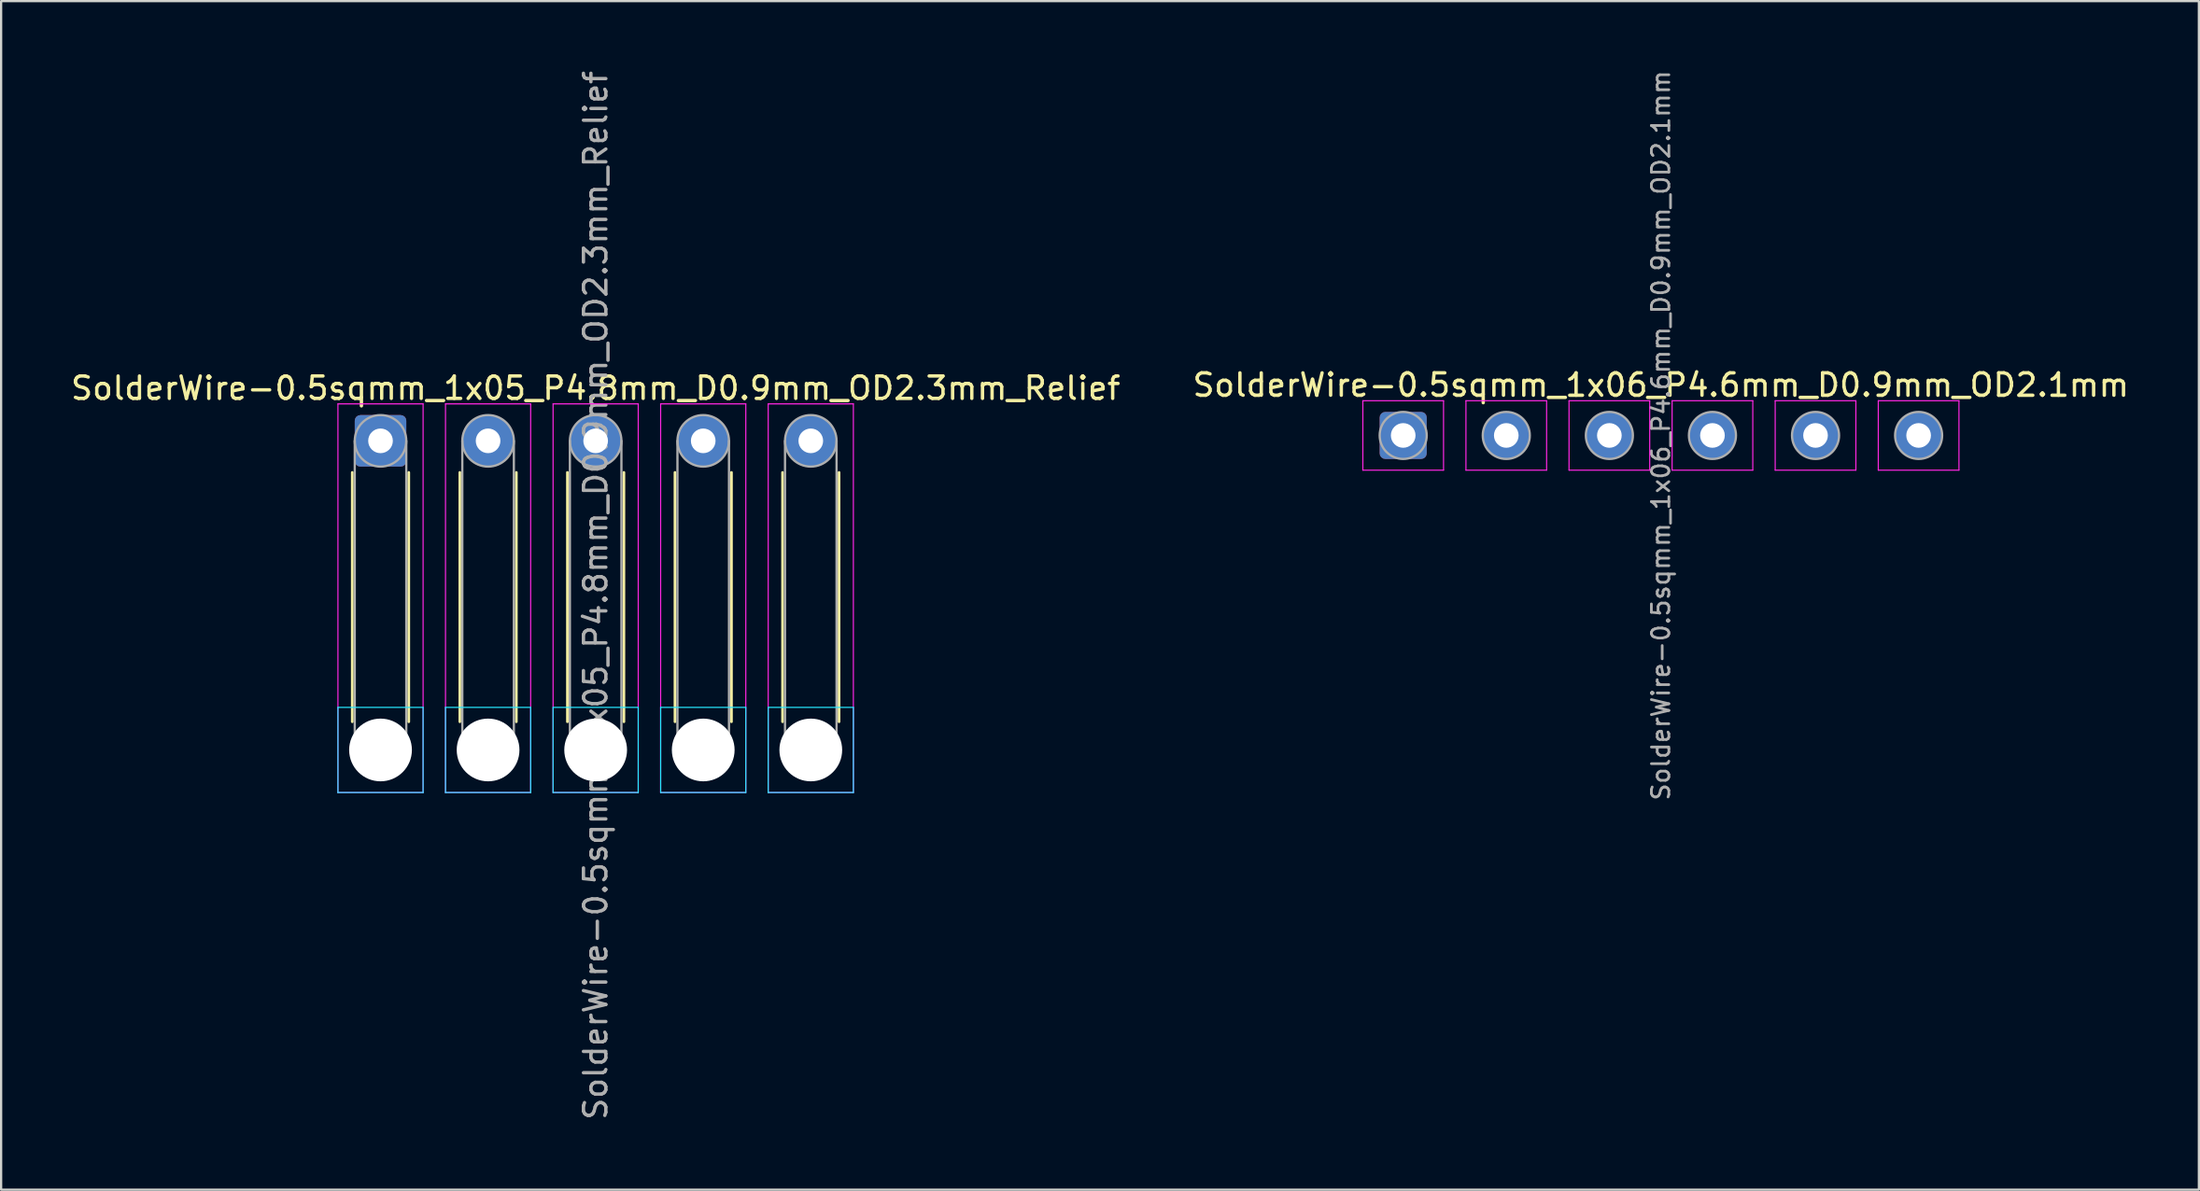
<source format=kicad_pcb>
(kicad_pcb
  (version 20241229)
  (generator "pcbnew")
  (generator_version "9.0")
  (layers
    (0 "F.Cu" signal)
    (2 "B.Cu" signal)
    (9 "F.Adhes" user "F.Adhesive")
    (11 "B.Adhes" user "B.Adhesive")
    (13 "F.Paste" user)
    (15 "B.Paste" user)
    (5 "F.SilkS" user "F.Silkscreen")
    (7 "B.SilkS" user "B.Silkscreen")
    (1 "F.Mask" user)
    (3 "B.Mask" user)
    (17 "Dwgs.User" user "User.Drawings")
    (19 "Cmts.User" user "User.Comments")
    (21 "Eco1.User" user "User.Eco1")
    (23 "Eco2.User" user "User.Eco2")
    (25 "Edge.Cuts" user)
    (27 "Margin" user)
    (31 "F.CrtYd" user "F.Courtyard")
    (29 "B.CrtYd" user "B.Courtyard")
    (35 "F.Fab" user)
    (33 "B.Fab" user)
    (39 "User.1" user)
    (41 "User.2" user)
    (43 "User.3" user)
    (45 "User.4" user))
  (footprint "SolderWire-0.5sqmm_1x06_P4.6mm_D0.9mm_OD2.1mm"
    (layer "F.Cu")
    (at 59.565 16.389)
    (property "Reference" "SolderWire-0.5sqmm_1x06_P4.6mm_D0.9mm_OD2.1mm" (at 11.5 -2.25 0) (layer "F.SilkS") (effects (font (size 1 1) (thickness 0.15))))
    (attr exclude_from_pos_files exclude_from_bom)
    (fp_line (start -1.8 -1.55) (end -1.8 1.55) (stroke (width 0.05) (type solid)) (layer "F.CrtYd"))
    (fp_line (start -1.8 1.55) (end 1.8 1.55) (stroke (width 0.05) (type solid)) (layer "F.CrtYd"))
    (fp_line (start 1.8 -1.55) (end -1.8 -1.55) (stroke (width 0.05) (type solid)) (layer "F.CrtYd"))
    (fp_line (start 1.8 1.55) (end 1.8 -1.55) (stroke (width 0.05) (type solid)) (layer "F.CrtYd"))
    (fp_line (start 2.8 -1.55) (end 2.8 1.55) (stroke (width 0.05) (type solid)) (layer "F.CrtYd"))
    (fp_line (start 2.8 1.55) (end 6.4 1.55) (stroke (width 0.05) (type solid)) (layer "F.CrtYd"))
    (fp_line (start 6.4 -1.55) (end 2.8 -1.55) (stroke (width 0.05) (type solid)) (layer "F.CrtYd"))
    (fp_line (start 6.4 1.55) (end 6.4 -1.55) (stroke (width 0.05) (type solid)) (layer "F.CrtYd"))
    (fp_line (start 7.4 -1.55) (end 7.4 1.55) (stroke (width 0.05) (type solid)) (layer "F.CrtYd"))
    (fp_line (start 7.4 1.55) (end 11 1.55) (stroke (width 0.05) (type solid)) (layer "F.CrtYd"))
    (fp_line (start 11 -1.55) (end 7.4 -1.55) (stroke (width 0.05) (type solid)) (layer "F.CrtYd"))
    (fp_line (start 11 1.55) (end 11 -1.55) (stroke (width 0.05) (type solid)) (layer "F.CrtYd"))
    (fp_line (start 12 -1.55) (end 12 1.55) (stroke (width 0.05) (type solid)) (layer "F.CrtYd"))
    (fp_line (start 12 1.55) (end 15.6 1.55) (stroke (width 0.05) (type solid)) (layer "F.CrtYd"))
    (fp_line (start 15.6 -1.55) (end 12 -1.55) (stroke (width 0.05) (type solid)) (layer "F.CrtYd"))
    (fp_line (start 15.6 1.55) (end 15.6 -1.55) (stroke (width 0.05) (type solid)) (layer "F.CrtYd"))
    (fp_line (start 16.6 -1.55) (end 16.6 1.55) (stroke (width 0.05) (type solid)) (layer "F.CrtYd"))
    (fp_line (start 16.6 1.55) (end 20.2 1.55) (stroke (width 0.05) (type solid)) (layer "F.CrtYd"))
    (fp_line (start 20.2 -1.55) (end 16.6 -1.55) (stroke (width 0.05) (type solid)) (layer "F.CrtYd"))
    (fp_line (start 20.2 1.55) (end 20.2 -1.55) (stroke (width 0.05) (type solid)) (layer "F.CrtYd"))
    (fp_line (start 21.2 -1.55) (end 21.2 1.55) (stroke (width 0.05) (type solid)) (layer "F.CrtYd"))
    (fp_line (start 21.2 1.55) (end 24.8 1.55) (stroke (width 0.05) (type solid)) (layer "F.CrtYd"))
    (fp_line (start 24.8 -1.55) (end 21.2 -1.55) (stroke (width 0.05) (type solid)) (layer "F.CrtYd"))
    (fp_line (start 24.8 1.55) (end 24.8 -1.55) (stroke (width 0.05) (type solid)) (layer "F.CrtYd"))
    (fp_circle (center 0 0) (end 1.05 0) (stroke (width 0.1) (type solid)) (fill no) (layer "F.Fab"))
    (fp_circle (center 4.6 0) (end 5.65 0) (stroke (width 0.1) (type solid)) (fill no) (layer "F.Fab"))
    (fp_circle (center 9.2 0) (end 10.25 0) (stroke (width 0.1) (type solid)) (fill no) (layer "F.Fab"))
    (fp_circle (center 13.8 0) (end 14.85 0) (stroke (width 0.1) (type solid)) (fill no) (layer "F.Fab"))
    (fp_circle (center 18.4 0) (end 19.45 0) (stroke (width 0.1) (type solid)) (fill no) (layer "F.Fab"))
    (fp_circle (center 23 0) (end 24.05 0) (stroke (width 0.1) (type solid)) (fill no) (layer "F.Fab"))
    (fp_text user "${REFERENCE}" (at 11.5 0 90) (layer "F.Fab") (effects (font (size 0.78 0.78) (thickness 0.12))))
    (pad "1" thru_hole roundrect (at 0 0) (size 2.1 2.1) (drill 1.1) (layers "*.Cu" "*.Mask") (roundrect_rratio 0.119))
    (pad "2" thru_hole circle (at 4.6 0) (size 2.1 2.1) (drill 1.1) (layers "*.Cu" "*.Mask"))
    (pad "3" thru_hole circle (at 9.2 0) (size 2.1 2.1) (drill 1.1) (layers "*.Cu" "*.Mask"))
    (pad "4" thru_hole circle (at 13.8 0) (size 2.1 2.1) (drill 1.1) (layers "*.Cu" "*.Mask"))
    (pad "5" thru_hole circle (at 18.4 0) (size 2.1 2.1) (drill 1.1) (layers "*.Cu" "*.Mask"))
    (pad "6" thru_hole circle (at 23 0) (size 2.1 2.1) (drill 1.1) (layers "*.Cu" "*.Mask")))
  (footprint "SolderWire-0.5sqmm_1x05_P4.8mm_D0.9mm_OD2.3mm_Relief"
    (layer "F.Cu")
    (at 13.93 16.63)
    (property "Reference" "SolderWire-0.5sqmm_1x05_P4.8mm_D0.9mm_OD2.3mm_Relief" (at 9.6 -2.35 0) (layer "F.SilkS") (effects (font (size 1 1) (thickness 0.15))))
    (attr exclude_from_pos_files exclude_from_bom)
    (fp_line (start -1.26 1.41) (end -1.26 12.54) (stroke (width 0.12) (type solid)) (layer "F.SilkS"))
    (fp_line (start 1.26 1.41) (end 1.26 12.54) (stroke (width 0.12) (type solid)) (layer "F.SilkS"))
    (fp_line (start 3.54 1.41) (end 3.54 12.54) (stroke (width 0.12) (type solid)) (layer "F.SilkS"))
    (fp_line (start 6.06 1.41) (end 6.06 12.54) (stroke (width 0.12) (type solid)) (layer "F.SilkS"))
    (fp_line (start 8.34 1.41) (end 8.34 12.54) (stroke (width 0.12) (type solid)) (layer "F.SilkS"))
    (fp_line (start 10.86 1.41) (end 10.86 12.54) (stroke (width 0.12) (type solid)) (layer "F.SilkS"))
    (fp_line (start 13.14 1.41) (end 13.14 12.54) (stroke (width 0.12) (type solid)) (layer "F.SilkS"))
    (fp_line (start 15.66 1.41) (end 15.66 12.54) (stroke (width 0.12) (type solid)) (layer "F.SilkS"))
    (fp_line (start 17.94 1.41) (end 17.94 12.54) (stroke (width 0.12) (type solid)) (layer "F.SilkS"))
    (fp_line (start 20.46 1.41) (end 20.46 12.54) (stroke (width 0.12) (type solid)) (layer "F.SilkS"))
    (fp_line (start -1.9 11.9) (end -1.9 15.7) (stroke (width 0.05) (type solid)) (layer "B.CrtYd"))
    (fp_line (start -1.9 15.7) (end 1.9 15.7) (stroke (width 0.05) (type solid)) (layer "B.CrtYd"))
    (fp_line (start 1.9 11.9) (end -1.9 11.9) (stroke (width 0.05) (type solid)) (layer "B.CrtYd"))
    (fp_line (start 1.9 15.7) (end 1.9 11.9) (stroke (width 0.05) (type solid)) (layer "B.CrtYd"))
    (fp_line (start 2.9 11.9) (end 2.9 15.7) (stroke (width 0.05) (type solid)) (layer "B.CrtYd"))
    (fp_line (start 2.9 15.7) (end 6.7 15.7) (stroke (width 0.05) (type solid)) (layer "B.CrtYd"))
    (fp_line (start 6.7 11.9) (end 2.9 11.9) (stroke (width 0.05) (type solid)) (layer "B.CrtYd"))
    (fp_line (start 6.7 15.7) (end 6.7 11.9) (stroke (width 0.05) (type solid)) (layer "B.CrtYd"))
    (fp_line (start 7.7 11.9) (end 7.7 15.7) (stroke (width 0.05) (type solid)) (layer "B.CrtYd"))
    (fp_line (start 7.7 15.7) (end 11.5 15.7) (stroke (width 0.05) (type solid)) (layer "B.CrtYd"))
    (fp_line (start 11.5 11.9) (end 7.7 11.9) (stroke (width 0.05) (type solid)) (layer "B.CrtYd"))
    (fp_line (start 11.5 15.7) (end 11.5 11.9) (stroke (width 0.05) (type solid)) (layer "B.CrtYd"))
    (fp_line (start 12.5 11.9) (end 12.5 15.7) (stroke (width 0.05) (type solid)) (layer "B.CrtYd"))
    (fp_line (start 12.5 15.7) (end 16.3 15.7) (stroke (width 0.05) (type solid)) (layer "B.CrtYd"))
    (fp_line (start 16.3 11.9) (end 12.5 11.9) (stroke (width 0.05) (type solid)) (layer "B.CrtYd"))
    (fp_line (start 16.3 15.7) (end 16.3 11.9) (stroke (width 0.05) (type solid)) (layer "B.CrtYd"))
    (fp_line (start 17.3 11.9) (end 17.3 15.7) (stroke (width 0.05) (type solid)) (layer "B.CrtYd"))
    (fp_line (start 17.3 15.7) (end 21.1 15.7) (stroke (width 0.05) (type solid)) (layer "B.CrtYd"))
    (fp_line (start 21.1 11.9) (end 17.3 11.9) (stroke (width 0.05) (type solid)) (layer "B.CrtYd"))
    (fp_line (start 21.1 15.7) (end 21.1 11.9) (stroke (width 0.05) (type solid)) (layer "B.CrtYd"))
    (fp_line (start -1.9 -1.65) (end -1.9 15.7) (stroke (width 0.05) (type solid)) (layer "F.CrtYd"))
    (fp_line (start -1.9 15.7) (end 1.9 15.7) (stroke (width 0.05) (type solid)) (layer "F.CrtYd"))
    (fp_line (start 1.9 -1.65) (end -1.9 -1.65) (stroke (width 0.05) (type solid)) (layer "F.CrtYd"))
    (fp_line (start 1.9 15.7) (end 1.9 -1.65) (stroke (width 0.05) (type solid)) (layer "F.CrtYd"))
    (fp_line (start 2.9 -1.65) (end 2.9 15.7) (stroke (width 0.05) (type solid)) (layer "F.CrtYd"))
    (fp_line (start 2.9 15.7) (end 6.7 15.7) (stroke (width 0.05) (type solid)) (layer "F.CrtYd"))
    (fp_line (start 6.7 -1.65) (end 2.9 -1.65) (stroke (width 0.05) (type solid)) (layer "F.CrtYd"))
    (fp_line (start 6.7 15.7) (end 6.7 -1.65) (stroke (width 0.05) (type solid)) (layer "F.CrtYd"))
    (fp_line (start 7.7 -1.65) (end 7.7 15.7) (stroke (width 0.05) (type solid)) (layer "F.CrtYd"))
    (fp_line (start 7.7 15.7) (end 11.5 15.7) (stroke (width 0.05) (type solid)) (layer "F.CrtYd"))
    (fp_line (start 11.5 -1.65) (end 7.7 -1.65) (stroke (width 0.05) (type solid)) (layer "F.CrtYd"))
    (fp_line (start 11.5 15.7) (end 11.5 -1.65) (stroke (width 0.05) (type solid)) (layer "F.CrtYd"))
    (fp_line (start 12.5 -1.65) (end 12.5 15.7) (stroke (width 0.05) (type solid)) (layer "F.CrtYd"))
    (fp_line (start 12.5 15.7) (end 16.3 15.7) (stroke (width 0.05) (type solid)) (layer "F.CrtYd"))
    (fp_line (start 16.3 -1.65) (end 12.5 -1.65) (stroke (width 0.05) (type solid)) (layer "F.CrtYd"))
    (fp_line (start 16.3 15.7) (end 16.3 -1.65) (stroke (width 0.05) (type solid)) (layer "F.CrtYd"))
    (fp_line (start 17.3 -1.65) (end 17.3 15.7) (stroke (width 0.05) (type solid)) (layer "F.CrtYd"))
    (fp_line (start 17.3 15.7) (end 21.1 15.7) (stroke (width 0.05) (type solid)) (layer "F.CrtYd"))
    (fp_line (start 21.1 -1.65) (end 17.3 -1.65) (stroke (width 0.05) (type solid)) (layer "F.CrtYd"))
    (fp_line (start 21.1 15.7) (end 21.1 -1.65) (stroke (width 0.05) (type solid)) (layer "F.CrtYd"))
    (fp_line (start -1.15 0) (end -1.15 13.8) (stroke (width 0.1) (type solid)) (layer "F.Fab"))
    (fp_line (start 1.15 0) (end 1.15 13.8) (stroke (width 0.1) (type solid)) (layer "F.Fab"))
    (fp_line (start 3.65 0) (end 3.65 13.8) (stroke (width 0.1) (type solid)) (layer "F.Fab"))
    (fp_line (start 5.95 0) (end 5.95 13.8) (stroke (width 0.1) (type solid)) (layer "F.Fab"))
    (fp_line (start 8.45 0) (end 8.45 13.8) (stroke (width 0.1) (type solid)) (layer "F.Fab"))
    (fp_line (start 10.75 0) (end 10.75 13.8) (stroke (width 0.1) (type solid)) (layer "F.Fab"))
    (fp_line (start 13.25 0) (end 13.25 13.8) (stroke (width 0.1) (type solid)) (layer "F.Fab"))
    (fp_line (start 15.55 0) (end 15.55 13.8) (stroke (width 0.1) (type solid)) (layer "F.Fab"))
    (fp_line (start 18.05 0) (end 18.05 13.8) (stroke (width 0.1) (type solid)) (layer "F.Fab"))
    (fp_line (start 20.35 0) (end 20.35 13.8) (stroke (width 0.1) (type solid)) (layer "F.Fab"))
    (fp_circle (center 0 0) (end 1.15 0) (stroke (width 0.1) (type solid)) (fill no) (layer "F.Fab"))
    (fp_circle (center 0 13.8) (end 1.15 13.8) (stroke (width 0.1) (type solid)) (fill no) (layer "F.Fab"))
    (fp_circle (center 4.8 0) (end 5.95 0) (stroke (width 0.1) (type solid)) (fill no) (layer "F.Fab"))
    (fp_circle (center 4.8 13.8) (end 5.95 13.8) (stroke (width 0.1) (type solid)) (fill no) (layer "F.Fab"))
    (fp_circle (center 9.6 0) (end 10.75 0) (stroke (width 0.1) (type solid)) (fill no) (layer "F.Fab"))
    (fp_circle (center 9.6 13.8) (end 10.75 13.8) (stroke (width 0.1) (type solid)) (fill no) (layer "F.Fab"))
    (fp_circle (center 14.4 0) (end 15.55 0) (stroke (width 0.1) (type solid)) (fill no) (layer "F.Fab"))
    (fp_circle (center 14.4 13.8) (end 15.55 13.8) (stroke (width 0.1) (type solid)) (fill no) (layer "F.Fab"))
    (fp_circle (center 19.2 0) (end 20.35 0) (stroke (width 0.1) (type solid)) (fill no) (layer "F.Fab"))
    (fp_circle (center 19.2 13.8) (end 20.35 13.8) (stroke (width 0.1) (type solid)) (fill no) (layer "F.Fab"))
    (fp_text user "${REFERENCE}" (at 9.6 6.9 90) (layer "F.Fab") (effects (font (size 1 1) (thickness 0.15))))
    (pad "" np_thru_hole circle (at 0 13.8) (size 2.8 2.8) (drill 2.8) (layers "*.Cu" "*.Mask"))
    (pad "" np_thru_hole circle (at 4.8 13.8) (size 2.8 2.8) (drill 2.8) (layers "*.Cu" "*.Mask"))
    (pad "" np_thru_hole circle (at 9.6 13.8) (size 2.8 2.8) (drill 2.8) (layers "*.Cu" "*.Mask"))
    (pad "" np_thru_hole circle (at 14.4 13.8) (size 2.8 2.8) (drill 2.8) (layers "*.Cu" "*.Mask"))
    (pad "" np_thru_hole circle (at 19.2 13.8) (size 2.8 2.8) (drill 2.8) (layers "*.Cu" "*.Mask"))
    (pad "1" thru_hole roundrect (at 0 0) (size 2.3 2.3) (drill 1.1) (layers "*.Cu" "*.Mask") (roundrect_rratio 0.109))
    (pad "2" thru_hole circle (at 4.8 0) (size 2.3 2.3) (drill 1.1) (layers "*.Cu" "*.Mask"))
    (pad "3" thru_hole circle (at 9.6 0) (size 2.3 2.3) (drill 1.1) (layers "*.Cu" "*.Mask"))
    (pad "4" thru_hole circle (at 14.4 0) (size 2.3 2.3) (drill 1.1) (layers "*.Cu" "*.Mask"))
    (pad "5" thru_hole circle (at 19.2 0) (size 2.3 2.3) (drill 1.1) (layers "*.Cu" "*.Mask")))
  (gr_rect
    (start -3 -3)
    (end 95.071 50.06)
    (stroke (width 0.1) (type default))
    (fill no)
    (layer "Edge.Cuts")))
</source>
